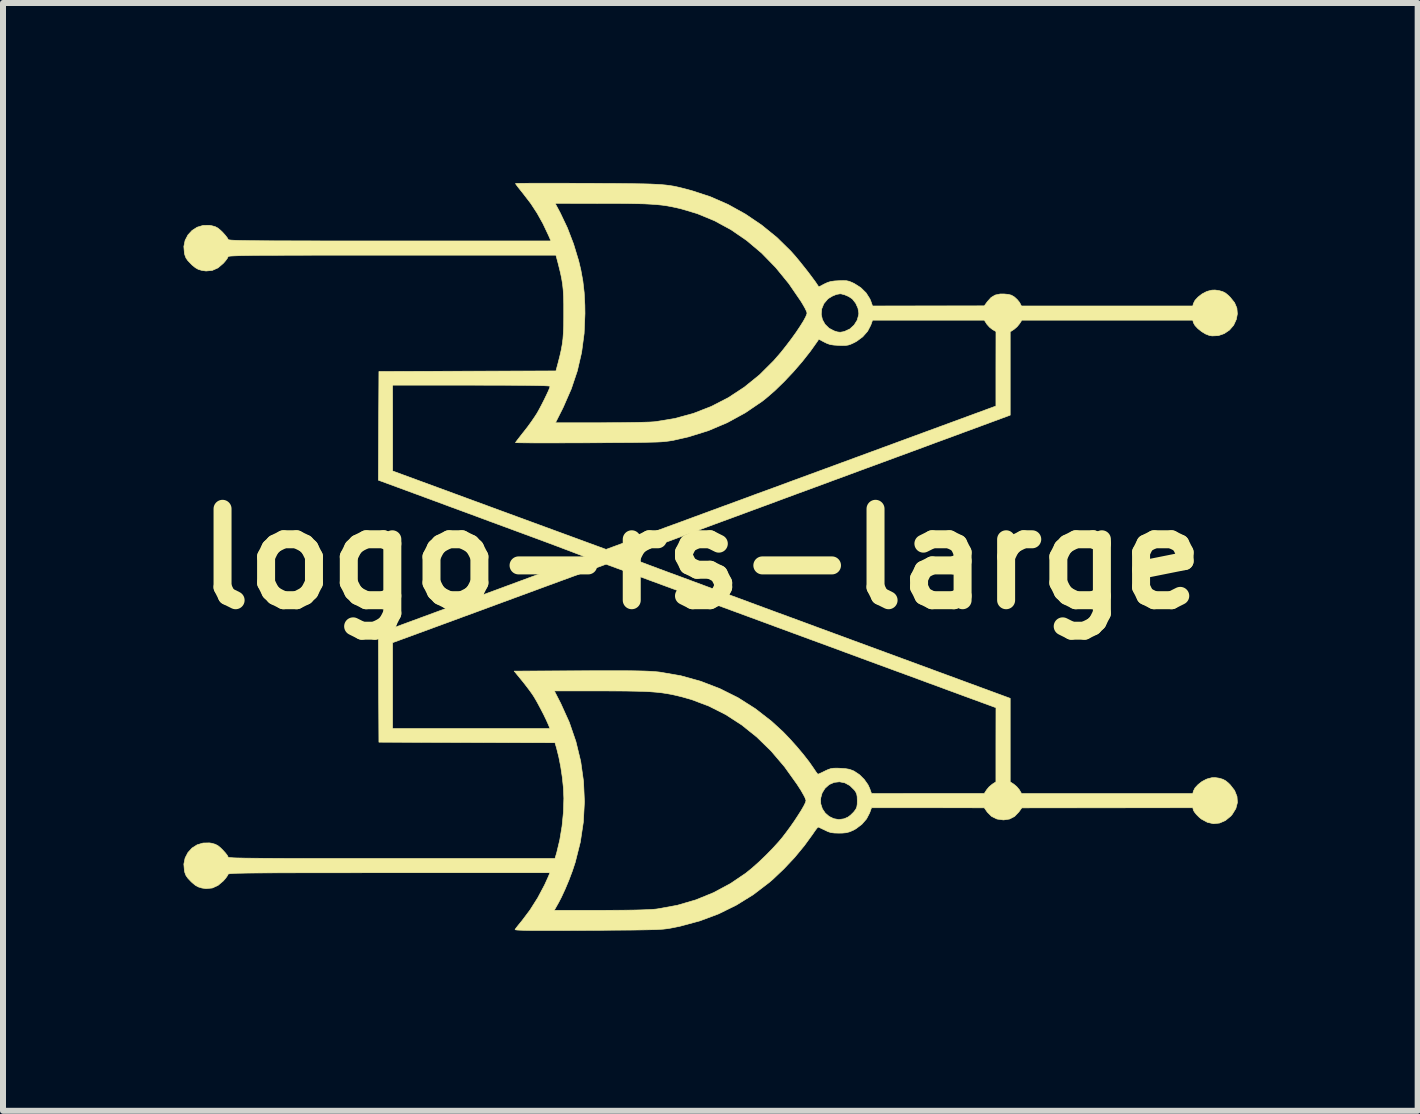
<source format=kicad_pcb>
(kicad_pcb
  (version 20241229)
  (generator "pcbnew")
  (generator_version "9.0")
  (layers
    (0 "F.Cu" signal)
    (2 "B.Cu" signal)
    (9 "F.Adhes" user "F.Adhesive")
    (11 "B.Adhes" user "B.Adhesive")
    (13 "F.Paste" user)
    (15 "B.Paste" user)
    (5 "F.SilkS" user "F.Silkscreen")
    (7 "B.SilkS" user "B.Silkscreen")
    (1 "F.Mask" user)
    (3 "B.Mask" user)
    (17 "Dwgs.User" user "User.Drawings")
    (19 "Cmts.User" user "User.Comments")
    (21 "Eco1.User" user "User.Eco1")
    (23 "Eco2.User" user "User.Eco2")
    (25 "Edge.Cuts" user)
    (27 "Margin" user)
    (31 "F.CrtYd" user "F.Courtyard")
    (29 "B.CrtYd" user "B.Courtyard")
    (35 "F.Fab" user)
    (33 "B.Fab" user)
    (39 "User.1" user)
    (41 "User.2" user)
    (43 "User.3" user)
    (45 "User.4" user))
  (footprint "logo-rs-large"
    (layer "F.Cu")
    (at 8.643 6.267)
    (property "Reference" "logo-rs-large" (at 0 0 0) (layer "F.SilkS") (effects (font (size 1.524 1.524) (thickness 0.3))))
    (attr through_hole)
    (fp_poly (pts (xy -2.423 -6.262) (xy -2.244 -6.262) (xy -2.054 -6.261) (xy -1.892 -6.261) (xy -1.651 -6.259) (xy -1.441 -6.258) (xy -1.259 -6.256) (xy -1.102 -6.254) (xy -0.967 -6.252) (xy -0.852 -6.249) (xy -0.752 -6.244) (xy -0.667 -6.239) (xy -0.591 -6.232) (xy -0.523 -6.223) (xy -0.46 -6.213) (xy -0.399 -6.2) (xy -0.336 -6.185) (xy -0.269 -6.168) (xy -0.195 -6.148) (xy -0.158 -6.138) (xy 0.145 -6.039) (xy 0.443 -5.909) (xy 0.73 -5.75) (xy 1.004 -5.565) (xy 1.259 -5.358) (xy 1.491 -5.13) (xy 1.558 -5.055) (xy 1.624 -4.976) (xy 1.698 -4.884) (xy 1.774 -4.788) (xy 1.844 -4.695) (xy 1.903 -4.615) (xy 1.931 -4.573) (xy 1.957 -4.534) (xy 2.05 -4.583) (xy 2.104 -4.608) (xy 2.156 -4.624) (xy 2.219 -4.633) (xy 2.291 -4.637) (xy 2.366 -4.639) (xy 2.42 -4.637) (xy 2.464 -4.627) (xy 2.511 -4.608) (xy 2.549 -4.59) (xy 2.656 -4.522) (xy 2.745 -4.435) (xy 2.808 -4.336) (xy 2.824 -4.298) (xy 2.853 -4.216) (xy 4.716 -4.218) (xy 4.767 -4.288) (xy 4.829 -4.357) (xy 4.897 -4.398) (xy 4.98 -4.416) (xy 5.048 -4.416) (xy 5.118 -4.409) (xy 5.168 -4.396) (xy 5.211 -4.371) (xy 5.222 -4.363) (xy 5.266 -4.322) (xy 5.302 -4.278) (xy 5.309 -4.266) (xy 5.335 -4.216) (xy 8.192 -4.216) (xy 8.202 -4.257) (xy 8.229 -4.31) (xy 8.28 -4.365) (xy 8.345 -4.416) (xy 8.417 -4.454) (xy 8.446 -4.464) (xy 8.51 -4.48) (xy 8.563 -4.482) (xy 8.625 -4.473) (xy 8.635 -4.471) (xy 8.692 -4.455) (xy 8.738 -4.431) (xy 8.785 -4.392) (xy 8.816 -4.361) (xy 8.888 -4.272) (xy 8.927 -4.181) (xy 8.935 -4.085) (xy 8.918 -3.993) (xy 8.873 -3.895) (xy 8.804 -3.815) (xy 8.717 -3.756) (xy 8.619 -3.722) (xy 8.514 -3.717) (xy 8.467 -3.725) (xy 8.405 -3.749) (xy 8.338 -3.79) (xy 8.277 -3.839) (xy 8.229 -3.89) (xy 8.203 -3.936) (xy 8.202 -3.939) (xy 8.192 -3.979) (xy 6.767 -3.979) (xy 5.342 -3.979) (xy 5.304 -3.92) (xy 5.263 -3.87) (xy 5.213 -3.827) (xy 5.207 -3.823) (xy 5.148 -3.785) (xy 5.148 -2.396) (xy 4.458 -2.141) (xy 4.362 -2.106) (xy 4.236 -2.059) (xy 4.084 -2.003) (xy 3.906 -1.938) (xy 3.707 -1.864) (xy 3.488 -1.783) (xy 3.251 -1.696) (xy 2.999 -1.603) (xy 2.734 -1.506) (xy 2.459 -1.404) (xy 2.176 -1.3) (xy 1.887 -1.193) (xy 1.595 -1.086) (xy 1.303 -0.978) (xy 1.266 -0.964) (xy 0.987 -0.861) (xy 0.716 -0.761) (xy 0.456 -0.665) (xy 0.208 -0.574) (xy -0.026 -0.487) (xy -0.245 -0.406) (xy -0.446 -0.331) (xy -0.629 -0.263) (xy -0.79 -0.203) (xy -0.93 -0.151) (xy -1.045 -0.107) (xy -1.135 -0.073) (xy -1.197 -0.05) (xy -1.23 -0.036) (xy -1.236 -0.034) (xy -1.22 -0.027) (xy -1.174 -0.01) (xy -1.099 0.019) (xy -0.997 0.057) (xy -0.87 0.105) (xy -0.718 0.162) (xy -0.543 0.227) (xy -0.347 0.299) (xy -0.131 0.379) (xy 0.103 0.466) (xy 0.354 0.559) (xy 0.621 0.657) (xy 0.901 0.761) (xy 1.193 0.869) (xy 1.496 0.98) (xy 1.808 1.095) (xy 1.956 1.15) (xy 5.148 2.325) (xy 5.148 3.021) (xy 5.148 3.717) (xy 5.208 3.756) (xy 5.257 3.797) (xy 5.298 3.846) (xy 5.303 3.853) (xy 5.337 3.912) (xy 8.192 3.912) (xy 8.202 3.871) (xy 8.229 3.818) (xy 8.28 3.763) (xy 8.345 3.712) (xy 8.417 3.674) (xy 8.446 3.664) (xy 8.51 3.648) (xy 8.563 3.646) (xy 8.625 3.655) (xy 8.635 3.657) (xy 8.692 3.674) (xy 8.738 3.698) (xy 8.786 3.737) (xy 8.816 3.767) (xy 8.889 3.861) (xy 8.929 3.961) (xy 8.936 4.062) (xy 8.91 4.162) (xy 8.851 4.258) (xy 8.826 4.288) (xy 8.736 4.362) (xy 8.639 4.404) (xy 8.537 4.415) (xy 8.435 4.392) (xy 8.336 4.338) (xy 8.298 4.307) (xy 8.252 4.261) (xy 8.218 4.218) (xy 8.202 4.189) (xy 8.192 4.149) (xy 6.767 4.15) (xy 5.342 4.151) (xy 5.292 4.22) (xy 5.221 4.294) (xy 5.138 4.337) (xy 5.039 4.352) (xy 5.033 4.352) (xy 4.927 4.337) (xy 4.837 4.293) (xy 4.766 4.222) (xy 4.762 4.216) (xy 4.716 4.15) (xy 3.776 4.149) (xy 2.836 4.149) (xy 2.805 4.235) (xy 2.753 4.335) (xy 2.675 4.425) (xy 2.577 4.499) (xy 2.532 4.524) (xy 2.471 4.55) (xy 2.416 4.565) (xy 2.353 4.571) (xy 2.293 4.572) (xy 2.217 4.57) (xy 2.16 4.563) (xy 2.11 4.547) (xy 2.056 4.521) (xy 2.003 4.496) (xy 1.964 4.477) (xy 1.946 4.471) (xy 1.932 4.484) (xy 1.905 4.518) (xy 1.87 4.568) (xy 1.859 4.585) (xy 1.718 4.779) (xy 1.555 4.977) (xy 1.376 5.167) (xy 1.193 5.341) (xy 1.13 5.395) (xy 0.863 5.599) (xy 0.583 5.772) (xy 0.287 5.918) (xy -0.026 6.035) (xy -0.359 6.125) (xy -0.483 6.15) (xy -0.52 6.157) (xy -0.556 6.163) (xy -0.594 6.168) (xy -0.638 6.173) (xy -0.688 6.176) (xy -0.749 6.18) (xy -0.823 6.182) (xy -0.912 6.184) (xy -1.019 6.186) (xy -1.147 6.188) (xy -1.298 6.189) (xy -1.476 6.19) (xy -1.682 6.192) (xy -1.894 6.193) (xy -2.133 6.194) (xy -2.34 6.195) (xy -2.517 6.195) (xy -2.666 6.195) (xy -2.79 6.195) (xy -2.89 6.194) (xy -2.968 6.192) (xy -3.026 6.19) (xy -3.067 6.188) (xy -3.093 6.185) (xy -3.105 6.181) (xy -3.106 6.177) (xy -3.09 6.155) (xy -3.058 6.114) (xy -3.015 6.061) (xy -2.988 6.028) (xy -2.861 5.859) (xy -2.453 5.859) (xy -1.68 5.859) (xy -1.468 5.858) (xy -1.288 5.857) (xy -1.136 5.855) (xy -1.01 5.852) (xy -0.906 5.848) (xy -0.822 5.844) (xy -0.754 5.838) (xy -0.726 5.834) (xy -0.402 5.775) (xy -0.091 5.684) (xy 0.205 5.563) (xy 0.486 5.412) (xy 0.74 5.24) (xy 0.841 5.158) (xy 0.955 5.057) (xy 1.072 4.945) (xy 1.186 4.829) (xy 1.288 4.717) (xy 1.347 4.647) (xy 1.414 4.56) (xy 1.483 4.466) (xy 1.55 4.37) (xy 1.611 4.277) (xy 1.665 4.192) (xy 1.707 4.119) (xy 1.734 4.064) (xy 1.744 4.03) (xy 1.744 4.03) (xy 1.734 3.996) (xy 1.734 3.995) (xy 1.987 3.995) (xy 1.99 4.084) (xy 2.017 4.167) (xy 2.065 4.238) (xy 2.13 4.294) (xy 2.207 4.331) (xy 2.291 4.346) (xy 2.379 4.333) (xy 2.445 4.304) (xy 2.486 4.273) (xy 2.531 4.229) (xy 2.547 4.211) (xy 2.576 4.171) (xy 2.591 4.135) (xy 2.598 4.089) (xy 2.599 4.031) (xy 2.597 3.965) (xy 2.589 3.92) (xy 2.571 3.882) (xy 2.551 3.854) (xy 2.476 3.78) (xy 2.392 3.734) (xy 2.302 3.716) (xy 2.214 3.726) (xy 2.131 3.762) (xy 2.061 3.825) (xy 2.013 3.902) (xy 1.987 3.995) (xy 1.734 3.995) (xy 1.705 3.938) (xy 1.66 3.859) (xy 1.598 3.763) (xy 1.595 3.758) (xy 1.386 3.466) (xy 1.162 3.203) (xy 0.923 2.97) (xy 0.671 2.768) (xy 0.405 2.596) (xy 0.126 2.455) (xy -0.166 2.345) (xy -0.317 2.302) (xy -0.406 2.28) (xy -0.49 2.261) (xy -0.573 2.246) (xy -0.658 2.233) (xy -0.75 2.223) (xy -0.852 2.215) (xy -0.968 2.209) (xy -1.101 2.206) (xy -1.257 2.203) (xy -1.439 2.202) (xy -1.65 2.201) (xy -1.675 2.201) (xy -2.452 2.201) (xy -2.345 2.409) (xy -2.203 2.723) (xy -2.092 3.046) (xy -2.012 3.376) (xy -1.965 3.711) (xy -1.95 4.048) (xy -1.968 4.386) (xy -2.018 4.72) (xy -2.101 5.05) (xy -2.102 5.055) (xy -2.151 5.203) (xy -2.209 5.357) (xy -2.272 5.507) (xy -2.334 5.641) (xy -2.379 5.728) (xy -2.453 5.859) (xy -2.861 5.859) (xy -2.854 5.849) (xy -2.727 5.648) (xy -2.614 5.435) (xy -2.551 5.296) (xy -2.525 5.232) (xy -5.208 5.232) (xy -5.563 5.232) (xy -5.885 5.233) (xy -6.177 5.233) (xy -6.44 5.233) (xy -6.674 5.233) (xy -6.883 5.234) (xy -7.066 5.234) (xy -7.227 5.235) (xy -7.365 5.236) (xy -7.484 5.237) (xy -7.584 5.238) (xy -7.666 5.24) (xy -7.733 5.241) (xy -7.786 5.243) (xy -7.826 5.246) (xy -7.855 5.248) (xy -7.874 5.251) (xy -7.886 5.254) (xy -7.891 5.257) (xy -7.891 5.259) (xy -7.902 5.283) (xy -7.931 5.324) (xy -7.97 5.369) (xy -8.059 5.444) (xy -8.154 5.487) (xy -8.258 5.497) (xy -8.328 5.487) (xy -8.387 5.469) (xy -8.436 5.442) (xy -8.49 5.397) (xy -8.509 5.379) (xy -8.56 5.325) (xy -8.592 5.28) (xy -8.611 5.231) (xy -8.619 5.197) (xy -8.628 5.088) (xy -8.607 4.986) (xy -8.56 4.896) (xy -8.492 4.821) (xy -8.407 4.767) (xy -8.308 4.737) (xy -8.201 4.735) (xy -8.163 4.741) (xy -8.107 4.757) (xy -8.061 4.78) (xy -8.015 4.818) (xy -7.98 4.853) (xy -7.937 4.9) (xy -7.905 4.941) (xy -7.891 4.968) (xy -7.891 4.97) (xy -7.888 4.973) (xy -7.879 4.976) (xy -7.863 4.979) (xy -7.837 4.981) (xy -7.801 4.984) (xy -7.752 4.986) (xy -7.689 4.987) (xy -7.612 4.989) (xy -7.517 4.99) (xy -7.405 4.991) (xy -7.272 4.992) (xy -7.119 4.993) (xy -6.943 4.994) (xy -6.742 4.994) (xy -6.516 4.995) (xy -6.262 4.995) (xy -5.98 4.995) (xy -5.668 4.995) (xy -5.324 4.995) (xy -5.166 4.995) (xy -2.441 4.995) (xy -2.412 4.898) (xy -2.361 4.685) (xy -2.323 4.456) (xy -2.3 4.221) (xy -2.293 3.992) (xy -2.301 3.813) (xy -2.319 3.64) (xy -2.345 3.467) (xy -2.377 3.304) (xy -2.412 3.164) (xy -2.412 3.162) (xy -2.441 3.065) (xy -3.909 3.061) (xy -5.376 3.056) (xy -5.381 2.149) (xy -5.384 1.397) (xy -5.148 1.397) (xy -5.148 2.828) (xy -2.525 2.828) (xy -2.551 2.764) (xy -2.587 2.684) (xy -2.633 2.589) (xy -2.685 2.489) (xy -2.737 2.392) (xy -2.785 2.309) (xy -2.815 2.262) (xy -2.857 2.203) (xy -2.912 2.13) (xy -2.971 2.054) (xy -3.003 2.015) (xy -3.121 1.871) (xy -2.013 1.866) (xy -1.784 1.865) (xy -1.585 1.865) (xy -1.414 1.865) (xy -1.268 1.865) (xy -1.145 1.866) (xy -1.041 1.868) (xy -0.953 1.87) (xy -0.879 1.873) (xy -0.815 1.877) (xy -0.759 1.881) (xy -0.708 1.886) (xy -0.686 1.889) (xy -0.344 1.948) (xy -0.013 2.04) (xy 0.305 2.162) (xy 0.61 2.314) (xy 0.898 2.497) (xy 1.17 2.708) (xy 1.364 2.886) (xy 1.477 3.004) (xy 1.591 3.131) (xy 1.699 3.26) (xy 1.795 3.383) (xy 1.871 3.492) (xy 1.877 3.501) (xy 1.908 3.547) (xy 1.932 3.579) (xy 1.943 3.59) (xy 1.961 3.583) (xy 2.002 3.565) (xy 2.055 3.539) (xy 2.058 3.537) (xy 2.113 3.512) (xy 2.157 3.497) (xy 2.203 3.49) (xy 2.263 3.489) (xy 2.314 3.491) (xy 2.402 3.497) (xy 2.467 3.508) (xy 2.522 3.528) (xy 2.545 3.538) (xy 2.634 3.597) (xy 2.714 3.676) (xy 2.777 3.765) (xy 2.805 3.825) (xy 2.836 3.912) (xy 3.776 3.911) (xy 4.716 3.911) (xy 4.754 3.852) (xy 4.795 3.802) (xy 4.846 3.759) (xy 4.851 3.755) (xy 4.91 3.717) (xy 4.91 3.099) (xy 4.911 2.481) (xy 4.314 2.262) (xy 4.231 2.231) (xy 4.118 2.19) (xy 3.979 2.138) (xy 3.814 2.078) (xy 3.625 2.008) (xy 3.416 1.931) (xy 3.189 1.848) (xy 2.944 1.758) (xy 2.686 1.663) (xy 2.415 1.563) (xy 2.134 1.459) (xy 1.845 1.353) (xy 1.551 1.245) (xy 1.253 1.135) (xy 1.064 1.065) (xy -1.589 0.089) (xy -2.679 0.489) (xy -2.887 0.566) (xy -3.105 0.646) (xy -3.328 0.728) (xy -3.55 0.81) (xy -3.767 0.89) (xy -3.972 0.965) (xy -4.161 1.035) (xy -4.328 1.096) (xy -4.458 1.144) (xy -5.148 1.397) (xy -5.384 1.397) (xy -5.385 1.242) (xy -3.666 0.608) (xy -3.435 0.523) (xy -3.214 0.441) (xy -3.003 0.363) (xy -2.806 0.29) (xy -2.624 0.222) (xy -2.459 0.161) (xy -2.313 0.106) (xy -2.189 0.059) (xy -2.088 0.021) (xy -2.013 -0.008) (xy -1.966 -0.026) (xy -1.947 -0.034) (xy -1.947 -0.034) (xy -1.963 -0.042) (xy -2.007 -0.06) (xy -2.078 -0.087) (xy -2.172 -0.123) (xy -2.286 -0.166) (xy -2.418 -0.216) (xy -2.565 -0.271) (xy -2.724 -0.33) (xy -2.849 -0.376) (xy -3.052 -0.451) (xy -3.274 -0.533) (xy -3.508 -0.619) (xy -3.747 -0.708) (xy -3.983 -0.795) (xy -4.209 -0.878) (xy -4.416 -0.955) (xy -4.568 -1.011) (xy -5.385 -1.312) (xy -5.381 -2.218) (xy -5.377 -2.896) (xy -5.148 -2.896) (xy -5.147 -2.18) (xy -5.147 -1.465) (xy -3.368 -0.811) (xy -1.589 -0.158) (xy -1.263 -0.278) (xy -1.212 -0.296) (xy -1.132 -0.326) (xy -1.024 -0.366) (xy -0.889 -0.415) (xy -0.73 -0.474) (xy -0.548 -0.541) (xy -0.345 -0.615) (xy -0.123 -0.697) (xy 0.116 -0.785) (xy 0.371 -0.879) (xy 0.639 -0.977) (xy 0.919 -1.081) (xy 1.21 -1.187) (xy 1.508 -1.297) (xy 1.813 -1.409) (xy 1.987 -1.473) (xy 4.91 -2.548) (xy 4.91 -3.169) (xy 4.911 -3.79) (xy 4.852 -3.824) (xy 4.804 -3.862) (xy 4.76 -3.911) (xy 4.755 -3.919) (xy 4.716 -3.979) (xy 3.784 -3.979) (xy 2.853 -3.979) (xy 2.824 -3.897) (xy 2.771 -3.795) (xy 2.69 -3.703) (xy 2.589 -3.628) (xy 2.549 -3.606) (xy 2.493 -3.58) (xy 2.449 -3.565) (xy 2.403 -3.558) (xy 2.344 -3.557) (xy 2.291 -3.559) (xy 2.21 -3.564) (xy 2.149 -3.573) (xy 2.098 -3.59) (xy 2.05 -3.613) (xy 1.957 -3.662) (xy 1.931 -3.622) (xy 1.815 -3.459) (xy 1.681 -3.289) (xy 1.534 -3.119) (xy 1.38 -2.956) (xy 1.226 -2.806) (xy 1.078 -2.678) (xy 1.015 -2.628) (xy 0.731 -2.435) (xy 0.431 -2.271) (xy 0.115 -2.137) (xy -0.216 -2.034) (xy -0.466 -1.977) (xy -0.503 -1.971) (xy -0.539 -1.965) (xy -0.578 -1.96) (xy -0.622 -1.955) (xy -0.673 -1.951) (xy -0.734 -1.948) (xy -0.808 -1.946) (xy -0.898 -1.944) (xy -1.006 -1.942) (xy -1.135 -1.94) (xy -1.287 -1.939) (xy -1.466 -1.938) (xy -1.674 -1.936) (xy -1.875 -1.935) (xy -2.076 -1.934) (xy -2.266 -1.934) (xy -2.443 -1.933) (xy -2.604 -1.933) (xy -2.748 -1.933) (xy -2.87 -1.934) (xy -2.969 -1.935) (xy -3.042 -1.936) (xy -3.086 -1.937) (xy -3.099 -1.938) (xy -3.089 -1.954) (xy -3.061 -1.991) (xy -3.02 -2.044) (xy -2.97 -2.108) (xy -2.959 -2.121) (xy -2.896 -2.202) (xy -2.833 -2.289) (xy -2.777 -2.371) (xy -2.739 -2.43) (xy -2.7 -2.5) (xy -2.659 -2.578) (xy -2.618 -2.659) (xy -2.581 -2.736) (xy -2.55 -2.802) (xy -2.53 -2.852) (xy -2.523 -2.877) (xy -2.534 -2.881) (xy -2.568 -2.884) (xy -2.625 -2.887) (xy -2.708 -2.889) (xy -2.818 -2.891) (xy -2.954 -2.893) (xy -3.12 -2.894) (xy -3.316 -2.895) (xy -3.543 -2.895) (xy -3.803 -2.896) (xy -3.835 -2.896) (xy -5.148 -2.896) (xy -5.377 -2.896) (xy -5.376 -3.124) (xy -3.901 -3.129) (xy -2.425 -3.133) (xy -2.39 -3.264) (xy -2.36 -3.381) (xy -2.337 -3.482) (xy -2.32 -3.576) (xy -2.308 -3.669) (xy -2.301 -3.77) (xy -2.296 -3.886) (xy -2.295 -4.025) (xy -2.295 -4.098) (xy -2.295 -4.249) (xy -2.298 -4.375) (xy -2.304 -4.482) (xy -2.314 -4.578) (xy -2.329 -4.67) (xy -2.349 -4.767) (xy -2.376 -4.876) (xy -2.39 -4.932) (xy -2.425 -5.063) (xy -5.158 -5.063) (xy -5.516 -5.063) (xy -5.842 -5.063) (xy -6.138 -5.063) (xy -6.403 -5.063) (xy -6.641 -5.062) (xy -6.853 -5.062) (xy -7.04 -5.061) (xy -7.203 -5.06) (xy -7.345 -5.06) (xy -7.466 -5.059) (xy -7.568 -5.057) (xy -7.654 -5.056) (xy -7.723 -5.054) (xy -7.778 -5.052) (xy -7.82 -5.05) (xy -7.851 -5.048) (xy -7.872 -5.045) (xy -7.884 -5.042) (xy -7.89 -5.039) (xy -7.891 -5.037) (xy -7.902 -5.012) (xy -7.931 -4.972) (xy -7.97 -4.927) (xy -8.059 -4.851) (xy -8.154 -4.809) (xy -8.258 -4.799) (xy -8.328 -4.809) (xy -8.387 -4.826) (xy -8.436 -4.854) (xy -8.49 -4.898) (xy -8.509 -4.917) (xy -8.56 -4.97) (xy -8.592 -5.015) (xy -8.611 -5.065) (xy -8.619 -5.098) (xy -8.628 -5.208) (xy -8.607 -5.31) (xy -8.56 -5.4) (xy -8.492 -5.474) (xy -8.407 -5.529) (xy -8.308 -5.559) (xy -8.201 -5.561) (xy -8.163 -5.554) (xy -8.107 -5.539) (xy -8.061 -5.515) (xy -8.015 -5.477) (xy -7.98 -5.443) (xy -7.937 -5.395) (xy -7.905 -5.354) (xy -7.891 -5.328) (xy -7.891 -5.326) (xy -7.888 -5.322) (xy -7.879 -5.319) (xy -7.863 -5.317) (xy -7.837 -5.314) (xy -7.8 -5.312) (xy -7.752 -5.31) (xy -7.689 -5.308) (xy -7.611 -5.307) (xy -7.516 -5.305) (xy -7.403 -5.304) (xy -7.27 -5.303) (xy -7.116 -5.302) (xy -6.939 -5.302) (xy -6.738 -5.301) (xy -6.51 -5.301) (xy -6.256 -5.3) (xy -5.972 -5.3) (xy -5.658 -5.3) (xy -5.313 -5.3) (xy -5.199 -5.3) (xy -2.508 -5.3) (xy -2.549 -5.394) (xy -2.642 -5.59) (xy -2.738 -5.762) (xy -2.843 -5.923) (xy -2.846 -5.927) (xy -2.438 -5.927) (xy -2.354 -5.77) (xy -2.235 -5.52) (xy -2.131 -5.249) (xy -2.046 -4.969) (xy -2.01 -4.818) (xy -1.976 -4.631) (xy -1.954 -4.439) (xy -1.943 -4.23) (xy -1.941 -4.089) (xy -1.955 -3.758) (xy -1.997 -3.442) (xy -2.068 -3.135) (xy -2.169 -2.834) (xy -2.301 -2.532) (xy -2.32 -2.493) (xy -2.433 -2.269) (xy -1.678 -2.269) (xy -1.515 -2.27) (xy -1.356 -2.271) (xy -1.208 -2.273) (xy -1.073 -2.275) (xy -0.956 -2.278) (xy -0.862 -2.281) (xy -0.795 -2.285) (xy -0.771 -2.287) (xy -0.446 -2.34) (xy -0.134 -2.425) (xy 0.164 -2.541) (xy 0.448 -2.687) (xy 0.716 -2.863) (xy 0.969 -3.068) (xy 1.204 -3.302) (xy 1.329 -3.446) (xy 1.418 -3.559) (xy 1.503 -3.671) (xy 1.58 -3.778) (xy 1.646 -3.877) (xy 1.7 -3.963) (xy 1.738 -4.033) (xy 1.756 -4.078) (xy 1.998 -4.078) (xy 2.017 -3.99) (xy 2.061 -3.911) (xy 2.128 -3.845) (xy 2.212 -3.801) (xy 2.269 -3.783) (xy 2.314 -3.778) (xy 2.363 -3.786) (xy 2.391 -3.794) (xy 2.475 -3.833) (xy 2.546 -3.898) (xy 2.597 -3.979) (xy 2.622 -4.069) (xy 2.624 -4.098) (xy 2.61 -4.179) (xy 2.573 -4.261) (xy 2.519 -4.33) (xy 2.508 -4.339) (xy 2.455 -4.374) (xy 2.39 -4.402) (xy 2.329 -4.418) (xy 2.311 -4.419) (xy 2.252 -4.409) (xy 2.184 -4.381) (xy 2.121 -4.343) (xy 2.105 -4.33) (xy 2.041 -4.254) (xy 2.006 -4.168) (xy 1.998 -4.078) (xy 1.756 -4.078) (xy 1.758 -4.083) (xy 1.761 -4.099) (xy 1.752 -4.127) (xy 1.729 -4.176) (xy 1.694 -4.238) (xy 1.66 -4.294) (xy 1.457 -4.59) (xy 1.238 -4.858) (xy 1.004 -5.098) (xy 0.755 -5.308) (xy 0.493 -5.488) (xy 0.218 -5.637) (xy -0.07 -5.756) (xy -0.324 -5.832) (xy -0.41 -5.853) (xy -0.49 -5.87) (xy -0.57 -5.885) (xy -0.653 -5.897) (xy -0.742 -5.906) (xy -0.841 -5.913) (xy -0.955 -5.919) (xy -1.087 -5.922) (xy -1.241 -5.925) (xy -1.421 -5.926) (xy -1.63 -5.926) (xy -1.655 -5.926) (xy -2.438 -5.927) (xy -2.846 -5.927) (xy -2.965 -6.082) (xy -2.965 -6.082) (xy -3.016 -6.146) (xy -3.058 -6.199) (xy -3.087 -6.238) (xy -3.099 -6.256) (xy -3.099 -6.257) (xy -3.082 -6.259) (xy -3.035 -6.26) (xy -2.958 -6.261) (xy -2.857 -6.262) (xy -2.731 -6.262) (xy -2.586 -6.262) (xy -2.423 -6.262)) (stroke (width 0.01) (type solid)) (fill yes) (layer "F.SilkS")))
  (gr_rect
    (start -3 -3)
    (end 20.584 15.468)
    (stroke (width 0.1) (type default))
    (fill no)
    (layer "Edge.Cuts")))
</source>
